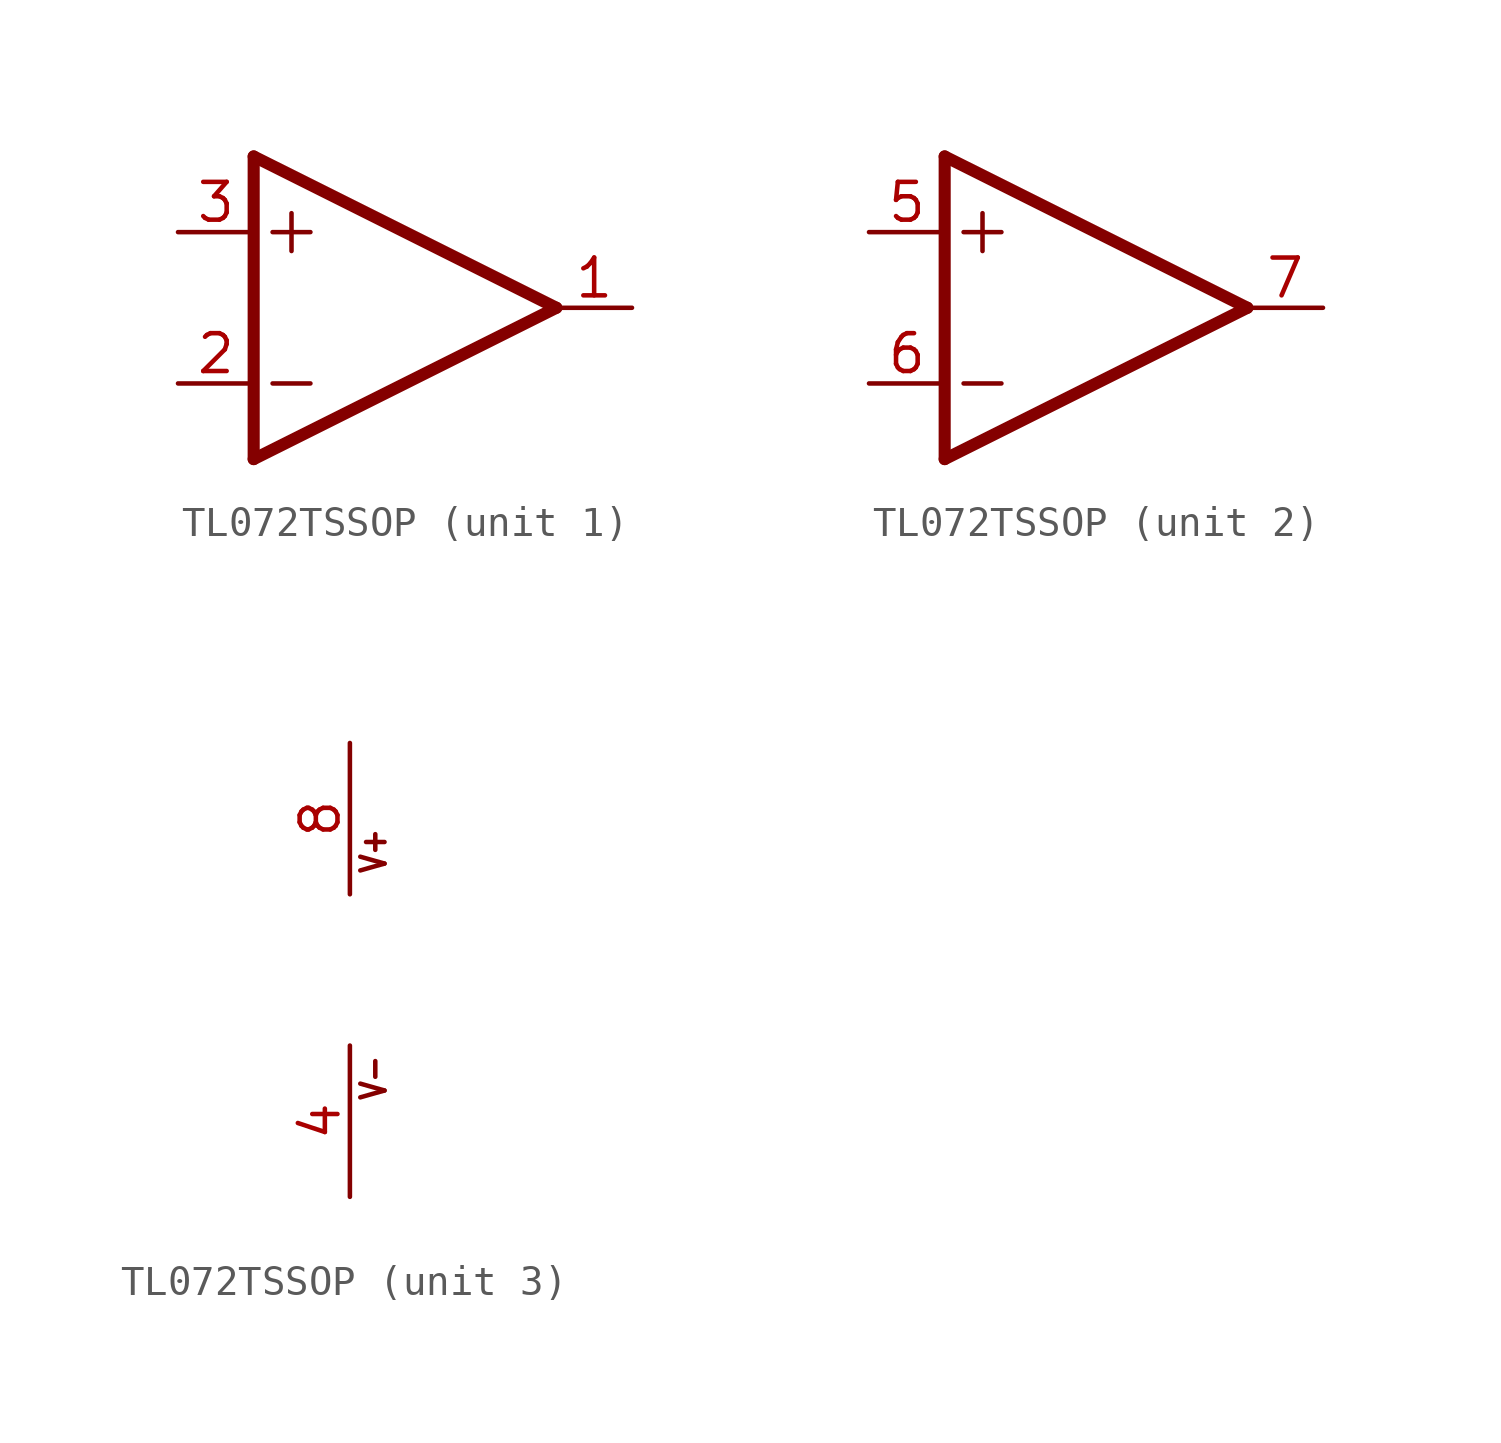
<source format=kicad_sym>
(kicad_symbol_lib
  (version 20220914)
  (generator kicad_symbol_editor)
  (symbol "TL072TSSOP"
    (property "Reference" "U"
      (at 2.54 3.175 0)
      (effects (font (size 1.778 1.511)) (justify left bottom) hide))
    (property "ki_locked" ""
      (at 0 0 0)
      (effects (font (size 1.27 1.27))))
    (symbol "TL072TSSOP_1_0"
      (polyline (pts (xy -5.08 -5.08) (xy 5.08 0)) (stroke (width 0.406) (type solid)) (fill (type none)))
      (polyline (pts (xy -5.08 5.08) (xy -5.08 -5.08)) (stroke (width 0.406) (type solid)) (fill (type none)))
      (polyline (pts (xy -4.445 -2.54) (xy -3.175 -2.54)) (stroke (width 0.152) (type solid)) (fill (type none)))
      (polyline (pts (xy -4.445 2.54) (xy -3.175 2.54)) (stroke (width 0.152) (type solid)) (fill (type none)))
      (polyline (pts (xy -3.81 3.175) (xy -3.81 1.905)) (stroke (width 0.152) (type solid)) (fill (type none)))
      (polyline (pts (xy 5.08 0) (xy -5.08 5.08)) (stroke (width 0.406) (type solid)) (fill (type none)))
      (pin output line (at 7.62 0 180) (length 2.54) (name "OUT" (effects (font (size 0 0)))) (number "1" (effects (font (size 1.27 1.27)))))
      (pin input line (at -7.62 -2.54 0) (length 2.54) (name "-IN" (effects (font (size 0 0)))) (number "2" (effects (font (size 1.27 1.27)))))
      (pin input line (at -7.62 2.54 0) (length 2.54) (name "+IN" (effects (font (size 0 0)))) (number "3" (effects (font (size 1.27 1.27))))))
    (symbol "TL072TSSOP_2_0"
      (polyline (pts (xy -5.08 -5.08) (xy 5.08 0)) (stroke (width 0.406) (type solid)) (fill (type none)))
      (polyline (pts (xy -5.08 5.08) (xy -5.08 -5.08)) (stroke (width 0.406) (type solid)) (fill (type none)))
      (polyline (pts (xy -4.445 -2.54) (xy -3.175 -2.54)) (stroke (width 0.152) (type solid)) (fill (type none)))
      (polyline (pts (xy -4.445 2.54) (xy -3.175 2.54)) (stroke (width 0.152) (type solid)) (fill (type none)))
      (polyline (pts (xy -3.81 3.175) (xy -3.81 1.905)) (stroke (width 0.152) (type solid)) (fill (type none)))
      (polyline (pts (xy 5.08 0) (xy -5.08 5.08)) (stroke (width 0.406) (type solid)) (fill (type none)))
      (pin input line (at -7.62 2.54 0) (length 2.54) (name "+IN" (effects (font (size 0 0)))) (number "5" (effects (font (size 1.27 1.27)))))
      (pin input line (at -7.62 -2.54 0) (length 2.54) (name "-IN" (effects (font (size 0 0)))) (number "6" (effects (font (size 1.27 1.27)))))
      (pin output line (at 7.62 0 180) (length 2.54) (name "OUT" (effects (font (size 0 0)))) (number "7" (effects (font (size 1.27 1.27))))))
    (symbol "TL072TSSOP_3_0"
      (text "V+" (at 1.27 3.175 900) (effects (font (size 0.813 0.691)) (justify left bottom)))
      (text "V-" (at 1.27 -4.445 900) (effects (font (size 0.813 0.691)) (justify left bottom)))
      (pin power_in line (at 0 -7.62 90) (length 5.08) (name "V-" (effects (font (size 0 0)))) (number "4" (effects (font (size 1.27 1.27)))))
      (pin power_in line (at 0 7.62 270) (length 5.08) (name "V+" (effects (font (size 0 0)))) (number "8" (effects (font (size 1.27 1.27))))))))
</source>
